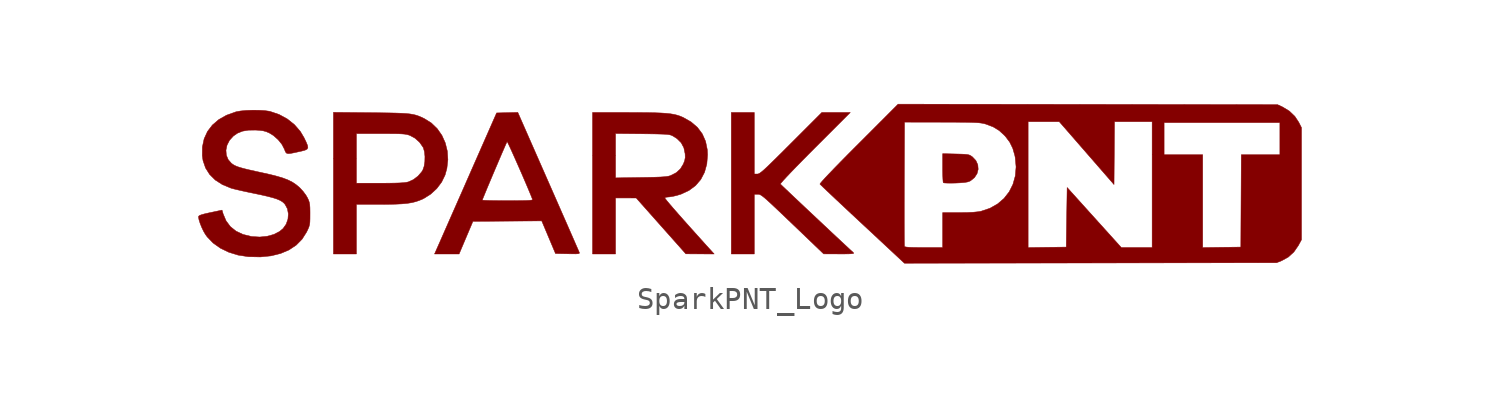
<source format=kicad_sym>
(kicad_symbol_lib
  (version 20231120)
  (generator "kicad_symbol_editor")
  (generator_version "8.0")
  (symbol "SparkPNT_Logo"
    (pin_names
      (offset 1.016))
    (property "Reference" "G"
      (at 0 4.445 0)
      (effects (font (size 1.27 1.27)) (hide yes)))
    (symbol "SparkPNT_Logo_0_0"
      (polyline (pts (xy 9.301 0.05) (xy 9.513 0.06) (xy 9.716 0.077) (xy 9.858 0.102) (xy 9.953 0.137) (xy 9.981 0.152) (xy 10.161 0.297) (xy 10.278 0.477) (xy 10.329 0.676) (xy 10.312 0.879) (xy 10.226 1.07) (xy 10.07 1.235) (xy 10.042 1.256) (xy 9.981 1.297) (xy 9.918 1.326) (xy 9.835 1.344) (xy 9.718 1.356) (xy 9.55 1.363) (xy 9.315 1.369) (xy 8.717 1.383) (xy 8.717 0.74) (xy 8.717 0.617) (xy 8.721 0.407) (xy 8.728 0.235) (xy 8.737 0.116) (xy 8.748 0.065) (xy 8.749 0.064) (xy 8.807 0.054) (xy 8.93 0.048) (xy 9.1 0.046) (xy 9.301 0.05)) (stroke (width 0.01) (type default)) (fill (type outline)))
      (polyline (pts (xy 0.167 -1.814) (xy 0.167 -0.459) (xy 0.328 -0.459) (xy 0.342 -0.459) (xy 0.381 -0.463) (xy 0.424 -0.476) (xy 0.476 -0.504) (xy 0.543 -0.55) (xy 0.631 -0.62) (xy 0.744 -0.719) (xy 0.889 -0.851) (xy 1.072 -1.022) (xy 1.298 -1.236) (xy 1.573 -1.498) (xy 1.902 -1.812) (xy 3.316 -3.166) (xy 4.023 -3.168) (xy 4.272 -3.168) (xy 4.461 -3.165) (xy 4.586 -3.159) (xy 4.656 -3.149) (xy 4.681 -3.134) (xy 4.67 -3.114) (xy 4.652 -3.097) (xy 4.506 -2.963) (xy 4.322 -2.791) (xy 4.104 -2.589) (xy 3.861 -2.362) (xy 3.599 -2.116) (xy 3.324 -1.858) (xy 3.043 -1.594) (xy 2.763 -1.331) (xy 2.49 -1.075) (xy 2.232 -0.831) (xy 1.994 -0.607) (xy 1.784 -0.408) (xy 1.608 -0.241) (xy 1.473 -0.113) (xy 1.385 -0.028) (xy 1.352 0.005) (xy 1.352 0.009) (xy 1.389 0.061) (xy 1.48 0.166) (xy 1.621 0.319) (xy 1.807 0.515) (xy 2.035 0.752) (xy 2.3 1.023) (xy 2.598 1.325) (xy 2.924 1.652) (xy 4.525 3.253) (xy 3.878 3.253) (xy 3.232 3.253) (xy 1.835 1.856) (xy 1.606 1.627) (xy 1.317 1.339) (xy 1.077 1.102) (xy 0.882 0.911) (xy 0.726 0.762) (xy 0.603 0.649) (xy 0.508 0.567) (xy 0.436 0.513) (xy 0.381 0.479) (xy 0.339 0.463) (xy 0.303 0.459) (xy 0.167 0.459) (xy 0.167 1.856) (xy 0.167 3.253) (xy -0.355 3.253) (xy -0.876 3.253) (xy -0.876 0.042) (xy -0.876 -3.17) (xy -0.355 -3.17) (xy 0.167 -3.17) (xy 0.167 -1.814)) (stroke (width 0.01) (type default)) (fill (type outline)))
      (polyline (pts (xy -17.893 -2.044) (xy -17.893 -0.917) (xy -16.827 -0.917) (xy -16.469 -0.916) (xy -16.116 -0.909) (xy -15.824 -0.895) (xy -15.582 -0.872) (xy -15.376 -0.839) (xy -15.196 -0.794) (xy -15.029 -0.737) (xy -14.863 -0.664) (xy -14.832 -0.649) (xy -14.519 -0.452) (xy -14.244 -0.198) (xy -14.022 0.097) (xy -13.868 0.416) (xy -13.786 0.713) (xy -13.741 1.109) (xy -13.766 1.498) (xy -13.858 1.87) (xy -14.012 2.214) (xy -14.226 2.519) (xy -14.494 2.777) (xy -14.815 2.977) (xy -14.844 2.991) (xy -14.965 3.047) (xy -15.078 3.094) (xy -15.191 3.132) (xy -15.315 3.162) (xy -15.458 3.186) (xy -15.63 3.204) (xy -15.839 3.217) (xy -16.095 3.226) (xy -16.407 3.233) (xy -16.784 3.238) (xy -17.236 3.243) (xy -18.935 3.259) (xy -18.935 1.168) (xy -17.893 1.168) (xy -17.893 2.294) (xy -16.789 2.294) (xy -16.469 2.293) (xy -16.199 2.292) (xy -15.99 2.288) (xy -15.831 2.281) (xy -15.71 2.271) (xy -15.616 2.256) (xy -15.537 2.236) (xy -15.463 2.211) (xy -15.234 2.087) (xy -15.024 1.899) (xy -14.863 1.668) (xy -14.851 1.642) (xy -14.803 1.468) (xy -14.781 1.251) (xy -14.787 1.021) (xy -14.82 0.808) (xy -14.878 0.64) (xy -14.922 0.568) (xy -15.092 0.37) (xy -15.304 0.207) (xy -15.531 0.103) (xy -15.546 0.099) (xy -15.641 0.08) (xy -15.77 0.065) (xy -15.941 0.054) (xy -16.166 0.047) (xy -16.454 0.043) (xy -16.816 0.042) (xy -17.893 0.042) (xy -17.893 1.168) (xy -18.935 1.168) (xy -18.935 0.045) (xy -18.935 -3.17) (xy -18.414 -3.17) (xy -17.893 -3.17) (xy -17.893 -2.044)) (stroke (width 0.01) (type default)) (fill (type outline)))
      (polyline (pts (xy -12.918 -2.429) (xy -12.604 -1.689) (xy -11.042 -1.678) (xy -9.481 -1.667) (xy -9.169 -2.408) (xy -8.857 -3.149) (xy -8.302 -3.161) (xy -8.1 -3.164) (xy -7.94 -3.165) (xy -7.84 -3.16) (xy -7.787 -3.148) (xy -7.77 -3.128) (xy -7.776 -3.098) (xy -7.783 -3.082) (xy -7.82 -2.997) (xy -7.887 -2.844) (xy -7.981 -2.629) (xy -8.099 -2.358) (xy -8.24 -2.037) (xy -8.4 -1.672) (xy -8.578 -1.268) (xy -8.769 -0.832) (xy -8.973 -0.368) (xy -9.186 0.116) (xy -10.567 3.256) (xy -11.047 3.244) (xy -11.528 3.232) (xy -12.895 0.125) (xy -12.99 -0.093) (xy -13.199 -0.567) (xy -13.268 -0.724) (xy -12.179 -0.724) (xy -12.179 -0.723) (xy -12.16 -0.671) (xy -12.113 -0.555) (xy -12.043 -0.385) (xy -11.955 -0.171) (xy -11.852 0.074) (xy -11.74 0.34) (xy -11.623 0.617) (xy -11.505 0.893) (xy -11.392 1.158) (xy -11.288 1.401) (xy -11.197 1.61) (xy -11.125 1.776) (xy -11.075 1.886) (xy -11.053 1.931) (xy -11.038 1.909) (xy -10.993 1.821) (xy -10.924 1.675) (xy -10.836 1.482) (xy -10.732 1.251) (xy -10.618 0.994) (xy -10.497 0.72) (xy -10.374 0.44) (xy -10.255 0.163) (xy -10.143 -0.099) (xy -10.043 -0.337) (xy -9.959 -0.54) (xy -9.896 -0.699) (xy -9.904 -0.713) (xy -9.95 -0.726) (xy -10.043 -0.736) (xy -10.19 -0.743) (xy -10.398 -0.747) (xy -10.674 -0.75) (xy -11.027 -0.751) (xy -11.06 -0.751) (xy -11.357 -0.75) (xy -11.625 -0.747) (xy -11.851 -0.743) (xy -12.026 -0.737) (xy -12.139 -0.731) (xy -12.179 -0.724) (xy -13.268 -0.724) (xy -13.397 -1.017) (xy -13.583 -1.438) (xy -13.753 -1.825) (xy -13.905 -2.17) (xy -14.036 -2.469) (xy -14.144 -2.714) (xy -14.227 -2.901) (xy -14.281 -3.024) (xy -14.304 -3.076) (xy -14.346 -3.17) (xy -13.789 -3.17) (xy -13.232 -3.17) (xy -12.918 -2.429)) (stroke (width 0.01) (type default)) (fill (type outline)))
      (polyline (pts (xy -6.131 -1.898) (xy -6.131 -0.626) (xy -5.662 -0.627) (xy -5.193 -0.628) (xy -4.067 -1.896) (xy -2.94 -3.164) (xy -2.297 -3.167) (xy -1.654 -3.17) (xy -1.739 -3.076) (xy -2.065 -2.717) (xy -2.418 -2.325) (xy -2.742 -1.964) (xy -3.033 -1.638) (xy -3.287 -1.35) (xy -3.502 -1.105) (xy -3.673 -0.905) (xy -3.799 -0.755) (xy -3.874 -0.659) (xy -3.896 -0.62) (xy -3.844 -0.595) (xy -3.747 -0.584) (xy -3.669 -0.578) (xy -3.525 -0.554) (xy -3.366 -0.518) (xy -3.158 -0.455) (xy -2.797 -0.287) (xy -2.497 -0.063) (xy -2.261 0.213) (xy -2.091 0.54) (xy -1.988 0.914) (xy -1.954 1.333) (xy -1.966 1.562) (xy -2.044 1.943) (xy -2.193 2.281) (xy -2.413 2.575) (xy -2.703 2.824) (xy -3.062 3.028) (xy -3.087 3.039) (xy -3.21 3.09) (xy -3.337 3.132) (xy -3.477 3.166) (xy -3.639 3.193) (xy -3.831 3.214) (xy -4.062 3.229) (xy -4.342 3.24) (xy -4.678 3.247) (xy -5.081 3.25) (xy -5.558 3.252) (xy -7.174 3.253) (xy -7.174 1.291) (xy -6.131 1.291) (xy -6.131 2.299) (xy -4.911 2.286) (xy -4.615 2.283) (xy -4.324 2.279) (xy -4.096 2.273) (xy -3.924 2.267) (xy -3.796 2.258) (xy -3.702 2.246) (xy -3.632 2.23) (xy -3.576 2.209) (xy -3.524 2.183) (xy -3.346 2.071) (xy -3.153 1.882) (xy -3.03 1.652) (xy -2.972 1.375) (xy -2.972 1.372) (xy -2.967 1.207) (xy -2.992 1.068) (xy -3.055 0.908) (xy -3.187 0.692) (xy -3.377 0.519) (xy -3.631 0.39) (xy -3.646 0.384) (xy -3.719 0.363) (xy -3.814 0.347) (xy -3.941 0.334) (xy -4.11 0.323) (xy -4.332 0.315) (xy -4.616 0.308) (xy -4.974 0.302) (xy -6.131 0.284) (xy -6.131 1.291) (xy -7.174 1.291) (xy -7.174 0.042) (xy -7.174 -3.17) (xy -6.652 -3.17) (xy -6.131 -3.17) (xy -6.131 -1.898)) (stroke (width 0.01) (type default)) (fill (type outline)))
      (polyline (pts (xy 15.43 -3.578) (xy 23.878 -3.566) (xy 24.113 -3.471) (xy 24.404 -3.311) (xy 24.658 -3.08) (xy 24.861 -2.787) (xy 25.004 -2.523) (xy 25.004 0.021) (xy 25.004 2.565) (xy 24.881 2.807) (xy 24.705 3.074) (xy 24.456 3.314) (xy 24.156 3.497) (xy 23.919 3.608) (xy 15.307 3.619) (xy 6.694 3.63) (xy 4.906 1.84) (xy 4.786 1.721) (xy 4.417 1.35) (xy 4.09 1.018) (xy 3.807 0.728) (xy 3.571 0.483) (xy 3.384 0.285) (xy 3.25 0.137) (xy 3.17 0.042) (xy 3.147 0.003) (xy 3.149 0.001) (xy 3.192 -0.043) (xy 3.291 -0.139) (xy 3.44 -0.281) (xy 3.633 -0.463) (xy 3.865 -0.682) (xy 4.131 -0.931) (xy 4.426 -1.207) (xy 4.556 -1.328) (xy 6.973 -1.328) (xy 6.973 -0.907) (xy 6.974 -0.455) (xy 6.975 0.021) (xy 6.986 2.815) (xy 8.675 2.813) (xy 8.899 2.813) (xy 9.291 2.812) (xy 9.612 2.809) (xy 9.872 2.806) (xy 10.079 2.8) (xy 10.242 2.793) (xy 10.371 2.784) (xy 10.473 2.771) (xy 10.559 2.756) (xy 10.635 2.737) (xy 10.688 2.722) (xy 11.011 2.599) (xy 11.283 2.433) (xy 11.528 2.207) (xy 11.563 2.17) (xy 11.761 1.908) (xy 11.899 1.627) (xy 11.994 1.296) (xy 12.01 1.213) (xy 12.05 0.783) (xy 12.015 0.374) (xy 11.909 -0.004) (xy 11.901 -0.022) (xy 12.596 -0.022) (xy 12.596 2.836) (xy 13.303 2.836) (xy 14.01 2.836) (xy 15.253 1.409) (xy 16.495 -0.018) (xy 16.506 1.409) (xy 16.517 2.836) (xy 17.372 2.836) (xy 18.226 2.836) (xy 18.226 1.335) (xy 18.768 1.335) (xy 18.768 2.065) (xy 18.768 2.794) (xy 21.396 2.794) (xy 24.024 2.794) (xy 24.024 2.065) (xy 24.024 1.335) (xy 23.148 1.335) (xy 22.273 1.335) (xy 22.262 -0.761) (xy 22.251 -2.857) (xy 21.386 -2.868) (xy 20.52 -2.88) (xy 20.52 -0.772) (xy 20.52 1.335) (xy 19.644 1.335) (xy 18.768 1.335) (xy 18.226 1.335) (xy 18.226 -0.021) (xy 18.226 -2.878) (xy 17.527 -2.878) (xy 16.827 -2.878) (xy 15.598 -1.516) (xy 14.368 -0.153) (xy 14.347 -1.505) (xy 14.327 -2.857) (xy 13.461 -2.868) (xy 12.596 -2.88) (xy 12.596 -0.022) (xy 11.901 -0.022) (xy 11.737 -0.348) (xy 11.502 -0.649) (xy 11.208 -0.9) (xy 10.86 -1.096) (xy 10.461 -1.23) (xy 10.337 -1.252) (xy 10.116 -1.274) (xy 9.824 -1.288) (xy 9.457 -1.292) (xy 8.717 -1.293) (xy 8.717 -2.085) (xy 8.717 -2.878) (xy 7.861 -2.878) (xy 7.674 -2.877) (xy 7.411 -2.874) (xy 7.218 -2.868) (xy 7.088 -2.858) (xy 7.013 -2.844) (xy 6.984 -2.826) (xy 6.983 -2.811) (xy 6.98 -2.723) (xy 6.977 -2.562) (xy 6.975 -2.335) (xy 6.974 -2.049) (xy 6.973 -1.711) (xy 6.973 -1.328) (xy 4.556 -1.328) (xy 4.744 -1.504) (xy 5.08 -1.817) (xy 6.982 -3.589) (xy 15.43 -3.578)) (stroke (width 0.01) (type default)) (fill (type outline)))
      (polyline (pts (xy -21.768 -3.255) (xy -21.335 -3.148) (xy -20.953 -2.986) (xy -20.627 -2.769) (xy -20.36 -2.499) (xy -20.156 -2.178) (xy -20.094 -2.05) (xy -20.048 -1.941) (xy -20.02 -1.84) (xy -20.005 -1.725) (xy -20 -1.571) (xy -19.999 -1.358) (xy -19.999 -1.258) (xy -20.002 -1.067) (xy -20.012 -0.929) (xy -20.032 -0.824) (xy -20.064 -0.728) (xy -20.114 -0.621) (xy -20.186 -0.498) (xy -20.315 -0.325) (xy -20.457 -0.171) (xy -20.479 -0.15) (xy -20.63 -0.024) (xy -20.791 0.085) (xy -20.977 0.18) (xy -21.197 0.267) (xy -21.465 0.349) (xy -21.791 0.433) (xy -22.189 0.522) (xy -22.479 0.585) (xy -22.771 0.651) (xy -23.001 0.707) (xy -23.179 0.757) (xy -23.314 0.802) (xy -23.418 0.848) (xy -23.5 0.896) (xy -23.572 0.951) (xy -23.712 1.112) (xy -23.797 1.317) (xy -23.814 1.541) (xy -23.766 1.77) (xy -23.654 1.989) (xy -23.478 2.183) (xy -23.288 2.315) (xy -23.061 2.405) (xy -22.791 2.45) (xy -22.462 2.454) (xy -22.296 2.443) (xy -22.126 2.421) (xy -21.986 2.383) (xy -21.844 2.322) (xy -21.654 2.204) (xy -21.444 2.017) (xy -21.271 1.802) (xy -21.157 1.581) (xy -21.134 1.517) (xy -21.101 1.445) (xy -21.058 1.402) (xy -20.991 1.386) (xy -20.885 1.394) (xy -20.726 1.424) (xy -20.499 1.474) (xy -20.376 1.501) (xy -20.224 1.542) (xy -20.133 1.589) (xy -20.097 1.655) (xy -20.111 1.755) (xy -20.171 1.902) (xy -20.271 2.111) (xy -20.441 2.396) (xy -20.706 2.701) (xy -21.03 2.959) (xy -21.403 3.162) (xy -21.813 3.301) (xy -21.855 3.31) (xy -22.069 3.339) (xy -22.333 3.354) (xy -22.62 3.356) (xy -22.903 3.345) (xy -23.158 3.32) (xy -23.356 3.283) (xy -23.376 3.277) (xy -23.79 3.128) (xy -24.142 2.929) (xy -24.431 2.681) (xy -24.652 2.39) (xy -24.804 2.059) (xy -24.883 1.691) (xy -24.887 1.291) (xy -24.854 1.067) (xy -24.739 0.733) (xy -24.553 0.439) (xy -24.298 0.187) (xy -23.974 -0.021) (xy -23.586 -0.181) (xy -23.582 -0.182) (xy -23.471 -0.213) (xy -23.297 -0.255) (xy -23.075 -0.306) (xy -22.822 -0.361) (xy -22.555 -0.416) (xy -22.234 -0.483) (xy -21.928 -0.553) (xy -21.687 -0.616) (xy -21.501 -0.676) (xy -21.36 -0.736) (xy -21.254 -0.799) (xy -21.174 -0.869) (xy -21.129 -0.921) (xy -21.023 -1.12) (xy -20.981 -1.349) (xy -21 -1.587) (xy -21.08 -1.816) (xy -21.221 -2.016) (xy -21.382 -2.15) (xy -21.639 -2.282) (xy -21.944 -2.366) (xy -22.279 -2.4) (xy -22.631 -2.379) (xy -22.668 -2.374) (xy -23.041 -2.282) (xy -23.357 -2.133) (xy -23.614 -1.927) (xy -23.809 -1.665) (xy -23.942 -1.351) (xy -23.992 -1.179) (xy -24.518 -1.29) (xy -24.59 -1.305) (xy -24.804 -1.354) (xy -24.947 -1.396) (xy -25.028 -1.432) (xy -25.058 -1.467) (xy -25.059 -1.499) (xy -25.038 -1.618) (xy -24.987 -1.778) (xy -24.916 -1.957) (xy -24.833 -2.132) (xy -24.746 -2.282) (xy -24.663 -2.396) (xy -24.396 -2.673) (xy -24.067 -2.906) (xy -23.687 -3.09) (xy -23.266 -3.22) (xy -22.814 -3.29) (xy -22.772 -3.293) (xy -22.248 -3.304) (xy -21.768 -3.255)) (stroke (width 0.01) (type default)) (fill (type outline))))))
</source>
